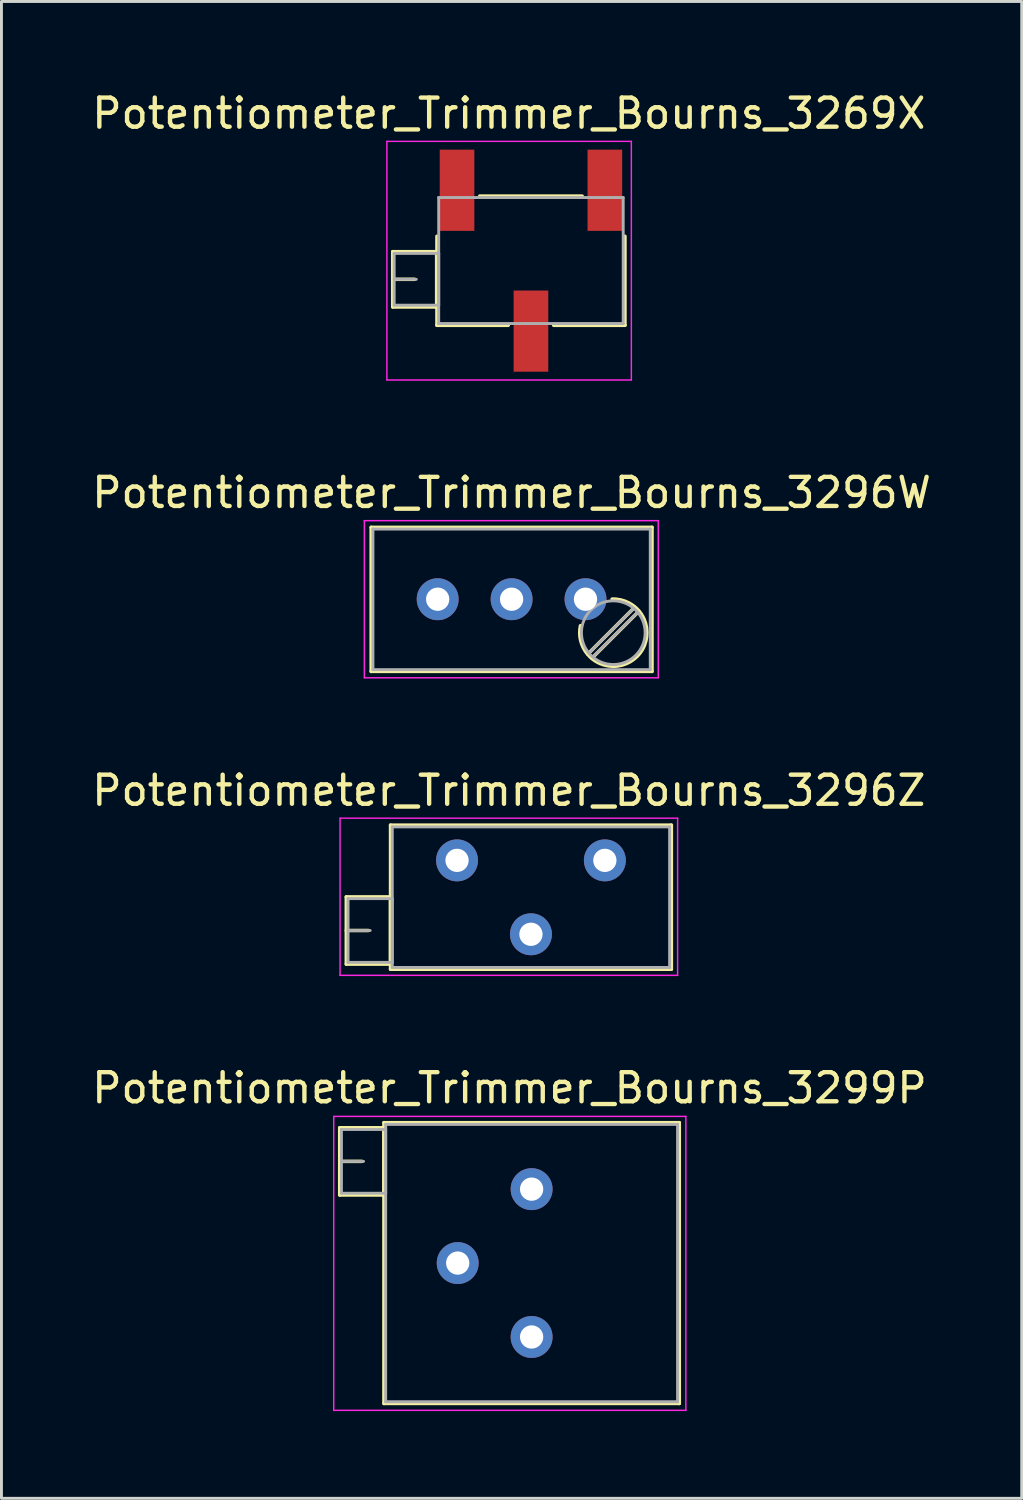
<source format=kicad_pcb>
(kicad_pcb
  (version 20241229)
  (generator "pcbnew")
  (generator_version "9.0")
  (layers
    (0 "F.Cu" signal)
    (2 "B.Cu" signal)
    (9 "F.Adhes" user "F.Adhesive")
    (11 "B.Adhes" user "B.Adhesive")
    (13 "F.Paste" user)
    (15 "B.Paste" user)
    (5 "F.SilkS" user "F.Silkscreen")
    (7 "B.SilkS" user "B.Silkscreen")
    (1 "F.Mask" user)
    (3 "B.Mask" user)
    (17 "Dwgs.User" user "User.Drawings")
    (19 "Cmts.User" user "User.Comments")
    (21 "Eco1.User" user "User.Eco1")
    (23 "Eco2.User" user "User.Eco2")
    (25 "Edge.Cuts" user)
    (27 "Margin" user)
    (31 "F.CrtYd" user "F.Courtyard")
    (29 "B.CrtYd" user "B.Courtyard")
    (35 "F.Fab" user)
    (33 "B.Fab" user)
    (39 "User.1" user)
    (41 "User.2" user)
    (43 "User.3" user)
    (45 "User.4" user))
  (footprint "Potentiometer_Trimmer_Bourns_3296Z"
    (layer "F.Cu")
    (at 17.735 26.515)
    (property "Reference" "Potentiometer_Trimmer_Bourns_3296Z" (at -3.3 -2.4 0) (layer "F.SilkS") (effects (font (size 1 1) (thickness 0.15))))
    (attr through_hole)
    (fp_line (start -8.885 1.255) (end -8.885 3.565) (stroke (width 0.12) (type solid)) (layer "F.SilkS"))
    (fp_line (start -8.885 1.255) (end -7.366 1.255) (stroke (width 0.12) (type solid)) (layer "F.SilkS"))
    (fp_line (start -8.885 2.41) (end -8.125 2.41) (stroke (width 0.12) (type solid)) (layer "F.SilkS"))
    (fp_line (start -8.885 3.565) (end -7.366 3.565) (stroke (width 0.12) (type solid)) (layer "F.SilkS"))
    (fp_line (start -7.366 1.255) (end -7.366 3.565) (stroke (width 0.12) (type solid)) (layer "F.SilkS"))
    (fp_line (start -7.365 -1.21) (end -7.365 3.741) (stroke (width 0.12) (type solid)) (layer "F.SilkS"))
    (fp_line (start -7.365 -1.21) (end 2.285 -1.21) (stroke (width 0.12) (type solid)) (layer "F.SilkS"))
    (fp_line (start -7.365 3.741) (end 2.285 3.741) (stroke (width 0.12) (type solid)) (layer "F.SilkS"))
    (fp_line (start 2.285 -1.21) (end 2.285 3.741) (stroke (width 0.12) (type solid)) (layer "F.SilkS"))
    (fp_line (start -9.1 -1.45) (end -9.1 3.95) (stroke (width 0.05) (type solid)) (layer "F.CrtYd"))
    (fp_line (start -9.1 3.95) (end 2.5 3.95) (stroke (width 0.05) (type solid)) (layer "F.CrtYd"))
    (fp_line (start 2.5 -1.45) (end -9.1 -1.45) (stroke (width 0.05) (type solid)) (layer "F.CrtYd"))
    (fp_line (start 2.5 3.95) (end 2.5 -1.45) (stroke (width 0.05) (type solid)) (layer "F.CrtYd"))
    (fp_line (start -8.825 1.315) (end -8.825 3.505) (stroke (width 0.1) (type solid)) (layer "F.Fab"))
    (fp_line (start -8.825 2.41) (end -8.065 2.41) (stroke (width 0.1) (type solid)) (layer "F.Fab"))
    (fp_line (start -8.825 3.505) (end -7.305 3.505) (stroke (width 0.1) (type solid)) (layer "F.Fab"))
    (fp_line (start -7.305 -1.15) (end -7.305 3.68) (stroke (width 0.1) (type solid)) (layer "F.Fab"))
    (fp_line (start -7.305 1.315) (end -8.825 1.315) (stroke (width 0.1) (type solid)) (layer "F.Fab"))
    (fp_line (start -7.305 3.505) (end -7.305 1.315) (stroke (width 0.1) (type solid)) (layer "F.Fab"))
    (fp_line (start -7.305 3.68) (end 2.225 3.68) (stroke (width 0.1) (type solid)) (layer "F.Fab"))
    (fp_line (start 2.225 -1.15) (end -7.305 -1.15) (stroke (width 0.1) (type solid)) (layer "F.Fab"))
    (fp_line (start 2.225 3.68) (end 2.225 -1.15) (stroke (width 0.1) (type solid)) (layer "F.Fab"))
    (pad "1" thru_hole circle (at 0 0) (size 1.44 1.44) (drill 0.8) (layers "*.Cu" "*.Mask"))
    (pad "2" thru_hole circle (at -2.54 2.54) (size 1.44 1.44) (drill 0.8) (layers "*.Cu" "*.Mask"))
    (pad "3" thru_hole circle (at -5.08 0) (size 1.44 1.44) (drill 0.8) (layers "*.Cu" "*.Mask")))
  (footprint "Potentiometer_Trimmer_Bourns_3296W"
    (layer "F.Cu")
    (at 17.07 17.541)
    (property "Reference" "Potentiometer_Trimmer_Bourns_3296W" (at -2.54 -3.66 0) (layer "F.SilkS") (effects (font (size 1 1) (thickness 0.15))))
    (attr through_hole)
    (fp_line (start -7.365 -2.47) (end -7.365 2.481) (stroke (width 0.12) (type solid)) (layer "F.SilkS"))
    (fp_line (start -7.365 -2.47) (end 2.285 -2.47) (stroke (width 0.12) (type solid)) (layer "F.SilkS"))
    (fp_line (start -7.365 2.481) (end 2.285 2.481) (stroke (width 0.12) (type solid)) (layer "F.SilkS"))
    (fp_line (start 1.691 0.275) (end 0.079 1.885) (stroke (width 0.12) (type solid)) (layer "F.SilkS"))
    (fp_line (start 1.831 0.416) (end 0.22 2.026) (stroke (width 0.12) (type solid)) (layer "F.SilkS"))
    (fp_line (start 2.285 -2.47) (end 2.285 2.481) (stroke (width 0.12) (type solid)) (layer "F.SilkS"))
    (fp_arc (start 0.914691 -0.004296) (mid 2.109824 1.129842) (end 0.955 2.305) (stroke (width 0.12) (type solid)) (layer "F.SilkS"))
    (fp_arc (start 0.975121 2.304052) (mid 0.064355 1.884161) (end -0.174 0.91) (stroke (width 0.12) (type solid)) (layer "F.SilkS"))
    (fp_line (start -7.6 -2.7) (end -7.6 2.7) (stroke (width 0.05) (type solid)) (layer "F.CrtYd"))
    (fp_line (start -7.6 2.7) (end 2.5 2.7) (stroke (width 0.05) (type solid)) (layer "F.CrtYd"))
    (fp_line (start 2.5 -2.7) (end -7.6 -2.7) (stroke (width 0.05) (type solid)) (layer "F.CrtYd"))
    (fp_line (start 2.5 2.7) (end 2.5 -2.7) (stroke (width 0.05) (type solid)) (layer "F.CrtYd"))
    (fp_line (start -7.305 -2.41) (end -7.305 2.42) (stroke (width 0.1) (type solid)) (layer "F.Fab"))
    (fp_line (start -7.305 2.42) (end 2.225 2.42) (stroke (width 0.1) (type solid)) (layer "F.Fab"))
    (fp_line (start 1.652 0.32) (end 0.125 1.847) (stroke (width 0.1) (type solid)) (layer "F.Fab"))
    (fp_line (start 1.786 0.454) (end 0.259 1.981) (stroke (width 0.1) (type solid)) (layer "F.Fab"))
    (fp_line (start 2.225 -2.41) (end -7.305 -2.41) (stroke (width 0.1) (type solid)) (layer "F.Fab"))
    (fp_line (start 2.225 2.42) (end 2.225 -2.41) (stroke (width 0.1) (type solid)) (layer "F.Fab"))
    (fp_circle (center 0.955 1.15) (end 2.05 1.15) (stroke (width 0.1) (type solid)) (fill no) (layer "F.Fab"))
    (pad "1" thru_hole circle (at 0 0) (size 1.44 1.44) (drill 0.8) (layers "*.Cu" "*.Mask"))
    (pad "2" thru_hole circle (at -2.54 0) (size 1.44 1.44) (drill 0.8) (layers "*.Cu" "*.Mask"))
    (pad "3" thru_hole circle (at -5.08 0) (size 1.44 1.44) (drill 0.8) (layers "*.Cu" "*.Mask")))
  (footprint "Potentiometer_Trimmer_Bourns_3299P"
    (layer "F.Cu")
    (at 15.218 37.813)
    (property "Reference" "Potentiometer_Trimmer_Bourns_3299P" (at -0.76 -3.475 0) (layer "F.SilkS") (effects (font (size 1 1) (thickness 0.15))))
    (attr through_hole)
    (fp_line (start -6.595 -2.109) (end -6.595 0.2) (stroke (width 0.12) (type solid)) (layer "F.SilkS"))
    (fp_line (start -6.595 -2.109) (end -5.076 -2.109) (stroke (width 0.12) (type solid)) (layer "F.SilkS"))
    (fp_line (start -6.595 -0.955) (end -5.835 -0.955) (stroke (width 0.12) (type solid)) (layer "F.SilkS"))
    (fp_line (start -6.595 0.2) (end -5.076 0.2) (stroke (width 0.12) (type solid)) (layer "F.SilkS"))
    (fp_line (start -5.076 -2.109) (end -5.076 0.2) (stroke (width 0.12) (type solid)) (layer "F.SilkS"))
    (fp_line (start -5.075 -2.285) (end -5.075 7.365) (stroke (width 0.12) (type solid)) (layer "F.SilkS"))
    (fp_line (start -5.075 -2.285) (end 5.075 -2.285) (stroke (width 0.12) (type solid)) (layer "F.SilkS"))
    (fp_line (start -5.075 7.365) (end 5.075 7.365) (stroke (width 0.12) (type solid)) (layer "F.SilkS"))
    (fp_line (start 5.075 -2.285) (end 5.075 7.365) (stroke (width 0.12) (type solid)) (layer "F.SilkS"))
    (fp_line (start -6.8 -2.5) (end -6.8 7.6) (stroke (width 0.05) (type solid)) (layer "F.CrtYd"))
    (fp_line (start -6.8 7.6) (end 5.3 7.6) (stroke (width 0.05) (type solid)) (layer "F.CrtYd"))
    (fp_line (start 5.3 -2.5) (end -6.8 -2.5) (stroke (width 0.05) (type solid)) (layer "F.CrtYd"))
    (fp_line (start 5.3 7.6) (end 5.3 -2.5) (stroke (width 0.05) (type solid)) (layer "F.CrtYd"))
    (fp_line (start -6.535 -2.05) (end -6.535 0.14) (stroke (width 0.1) (type solid)) (layer "F.Fab"))
    (fp_line (start -6.535 -0.955) (end -5.775 -0.955) (stroke (width 0.1) (type solid)) (layer "F.Fab"))
    (fp_line (start -6.535 0.14) (end -5.015 0.14) (stroke (width 0.1) (type solid)) (layer "F.Fab"))
    (fp_line (start -5.015 -2.225) (end -5.015 7.305) (stroke (width 0.1) (type solid)) (layer "F.Fab"))
    (fp_line (start -5.015 -2.05) (end -6.535 -2.05) (stroke (width 0.1) (type solid)) (layer "F.Fab"))
    (fp_line (start -5.015 0.14) (end -5.015 -2.05) (stroke (width 0.1) (type solid)) (layer "F.Fab"))
    (fp_line (start -5.015 7.305) (end 5.015 7.305) (stroke (width 0.1) (type solid)) (layer "F.Fab"))
    (fp_line (start 5.015 -2.225) (end -5.015 -2.225) (stroke (width 0.1) (type solid)) (layer "F.Fab"))
    (fp_line (start 5.015 7.305) (end 5.015 -2.225) (stroke (width 0.1) (type solid)) (layer "F.Fab"))
    (pad "1" thru_hole circle (at 0 0) (size 1.44 1.44) (drill 0.8) (layers "*.Cu" "*.Mask"))
    (pad "2" thru_hole circle (at -2.54 2.54) (size 1.44 1.44) (drill 0.8) (layers "*.Cu" "*.Mask"))
    (pad "3" thru_hole circle (at 0 5.08) (size 1.44 1.44) (drill 0.8) (layers "*.Cu" "*.Mask")))
  (footprint "Potentiometer_Trimmer_Bourns_3269X"
    (layer "F.Cu")
    (at 15.195 5.908)
    (property "Reference" "Potentiometer_Trimmer_Bourns_3269X" (at -0.76 -5.06 0) (layer "F.SilkS") (effects (font (size 1 1) (thickness 0.15))))
    (attr smd)
    (fp_line (start -4.75 -0.31) (end -4.75 1.59) (stroke (width 0.12) (type solid)) (layer "F.SilkS"))
    (fp_line (start -4.75 -0.31) (end -3.24 -0.31) (stroke (width 0.12) (type solid)) (layer "F.SilkS"))
    (fp_line (start -4.75 0.64) (end -4 0.64) (stroke (width 0.12) (type solid)) (layer "F.SilkS"))
    (fp_line (start -4.75 1.59) (end -3.24 1.59) (stroke (width 0.12) (type solid)) (layer "F.SilkS"))
    (fp_line (start -3.24 -0.31) (end -3.24 1.59) (stroke (width 0.12) (type solid)) (layer "F.SilkS"))
    (fp_line (start -3.23 -0.84) (end -3.23 2.22) (stroke (width 0.12) (type solid)) (layer "F.SilkS"))
    (fp_line (start -3.23 2.22) (end -0.78 2.22) (stroke (width 0.12) (type solid)) (layer "F.SilkS"))
    (fp_line (start -1.76 -2.22) (end 1.76 -2.22) (stroke (width 0.12) (type solid)) (layer "F.SilkS"))
    (fp_line (start 0.78 2.22) (end 3.23 2.22) (stroke (width 0.12) (type solid)) (layer "F.SilkS"))
    (fp_line (start 3.23 -0.84) (end 3.23 2.22) (stroke (width 0.12) (type solid)) (layer "F.SilkS"))
    (fp_line (start -4.95 -4.1) (end -4.95 4.1) (stroke (width 0.05) (type solid)) (layer "F.CrtYd"))
    (fp_line (start -4.95 4.1) (end 3.45 4.1) (stroke (width 0.05) (type solid)) (layer "F.CrtYd"))
    (fp_line (start 3.45 -4.1) (end -4.95 -4.1) (stroke (width 0.05) (type solid)) (layer "F.CrtYd"))
    (fp_line (start 3.45 4.1) (end 3.45 -4.1) (stroke (width 0.05) (type solid)) (layer "F.CrtYd"))
    (fp_line (start -4.7 -0.25) (end -4.7 1.53) (stroke (width 0.1) (type solid)) (layer "F.Fab"))
    (fp_line (start -4.7 0.64) (end -3.94 0.64) (stroke (width 0.1) (type solid)) (layer "F.Fab"))
    (fp_line (start -4.7 1.53) (end -3.17 1.53) (stroke (width 0.1) (type solid)) (layer "F.Fab"))
    (fp_line (start -3.17 -2.17) (end -3.17 2.16) (stroke (width 0.1) (type solid)) (layer "F.Fab"))
    (fp_line (start -3.17 -0.25) (end -4.7 -0.25) (stroke (width 0.1) (type solid)) (layer "F.Fab"))
    (fp_line (start -3.17 1.53) (end -3.17 -0.25) (stroke (width 0.1) (type solid)) (layer "F.Fab"))
    (fp_line (start -3.17 2.16) (end 3.17 2.16) (stroke (width 0.1) (type solid)) (layer "F.Fab"))
    (fp_line (start 3.17 -2.17) (end -3.17 -2.17) (stroke (width 0.1) (type solid)) (layer "F.Fab"))
    (fp_line (start 3.17 2.16) (end 3.17 -2.17) (stroke (width 0.1) (type solid)) (layer "F.Fab"))
    (pad "1" smd rect (at 2.54 -2.42) (size 1.19 2.79) (layers "F.Cu" "F.Mask"))
    (pad "2" smd rect (at 0 2.42) (size 1.19 2.79) (layers "F.Cu" "F.Mask"))
    (pad "3" smd rect (at -2.54 -2.42) (size 1.19 2.79) (layers "F.Cu" "F.Mask")))
  (gr_rect
    (start -3 -3)
    (end 32.06 48.438)
    (stroke (width 0.1) (type default))
    (fill no)
    (layer "Edge.Cuts")))
</source>
